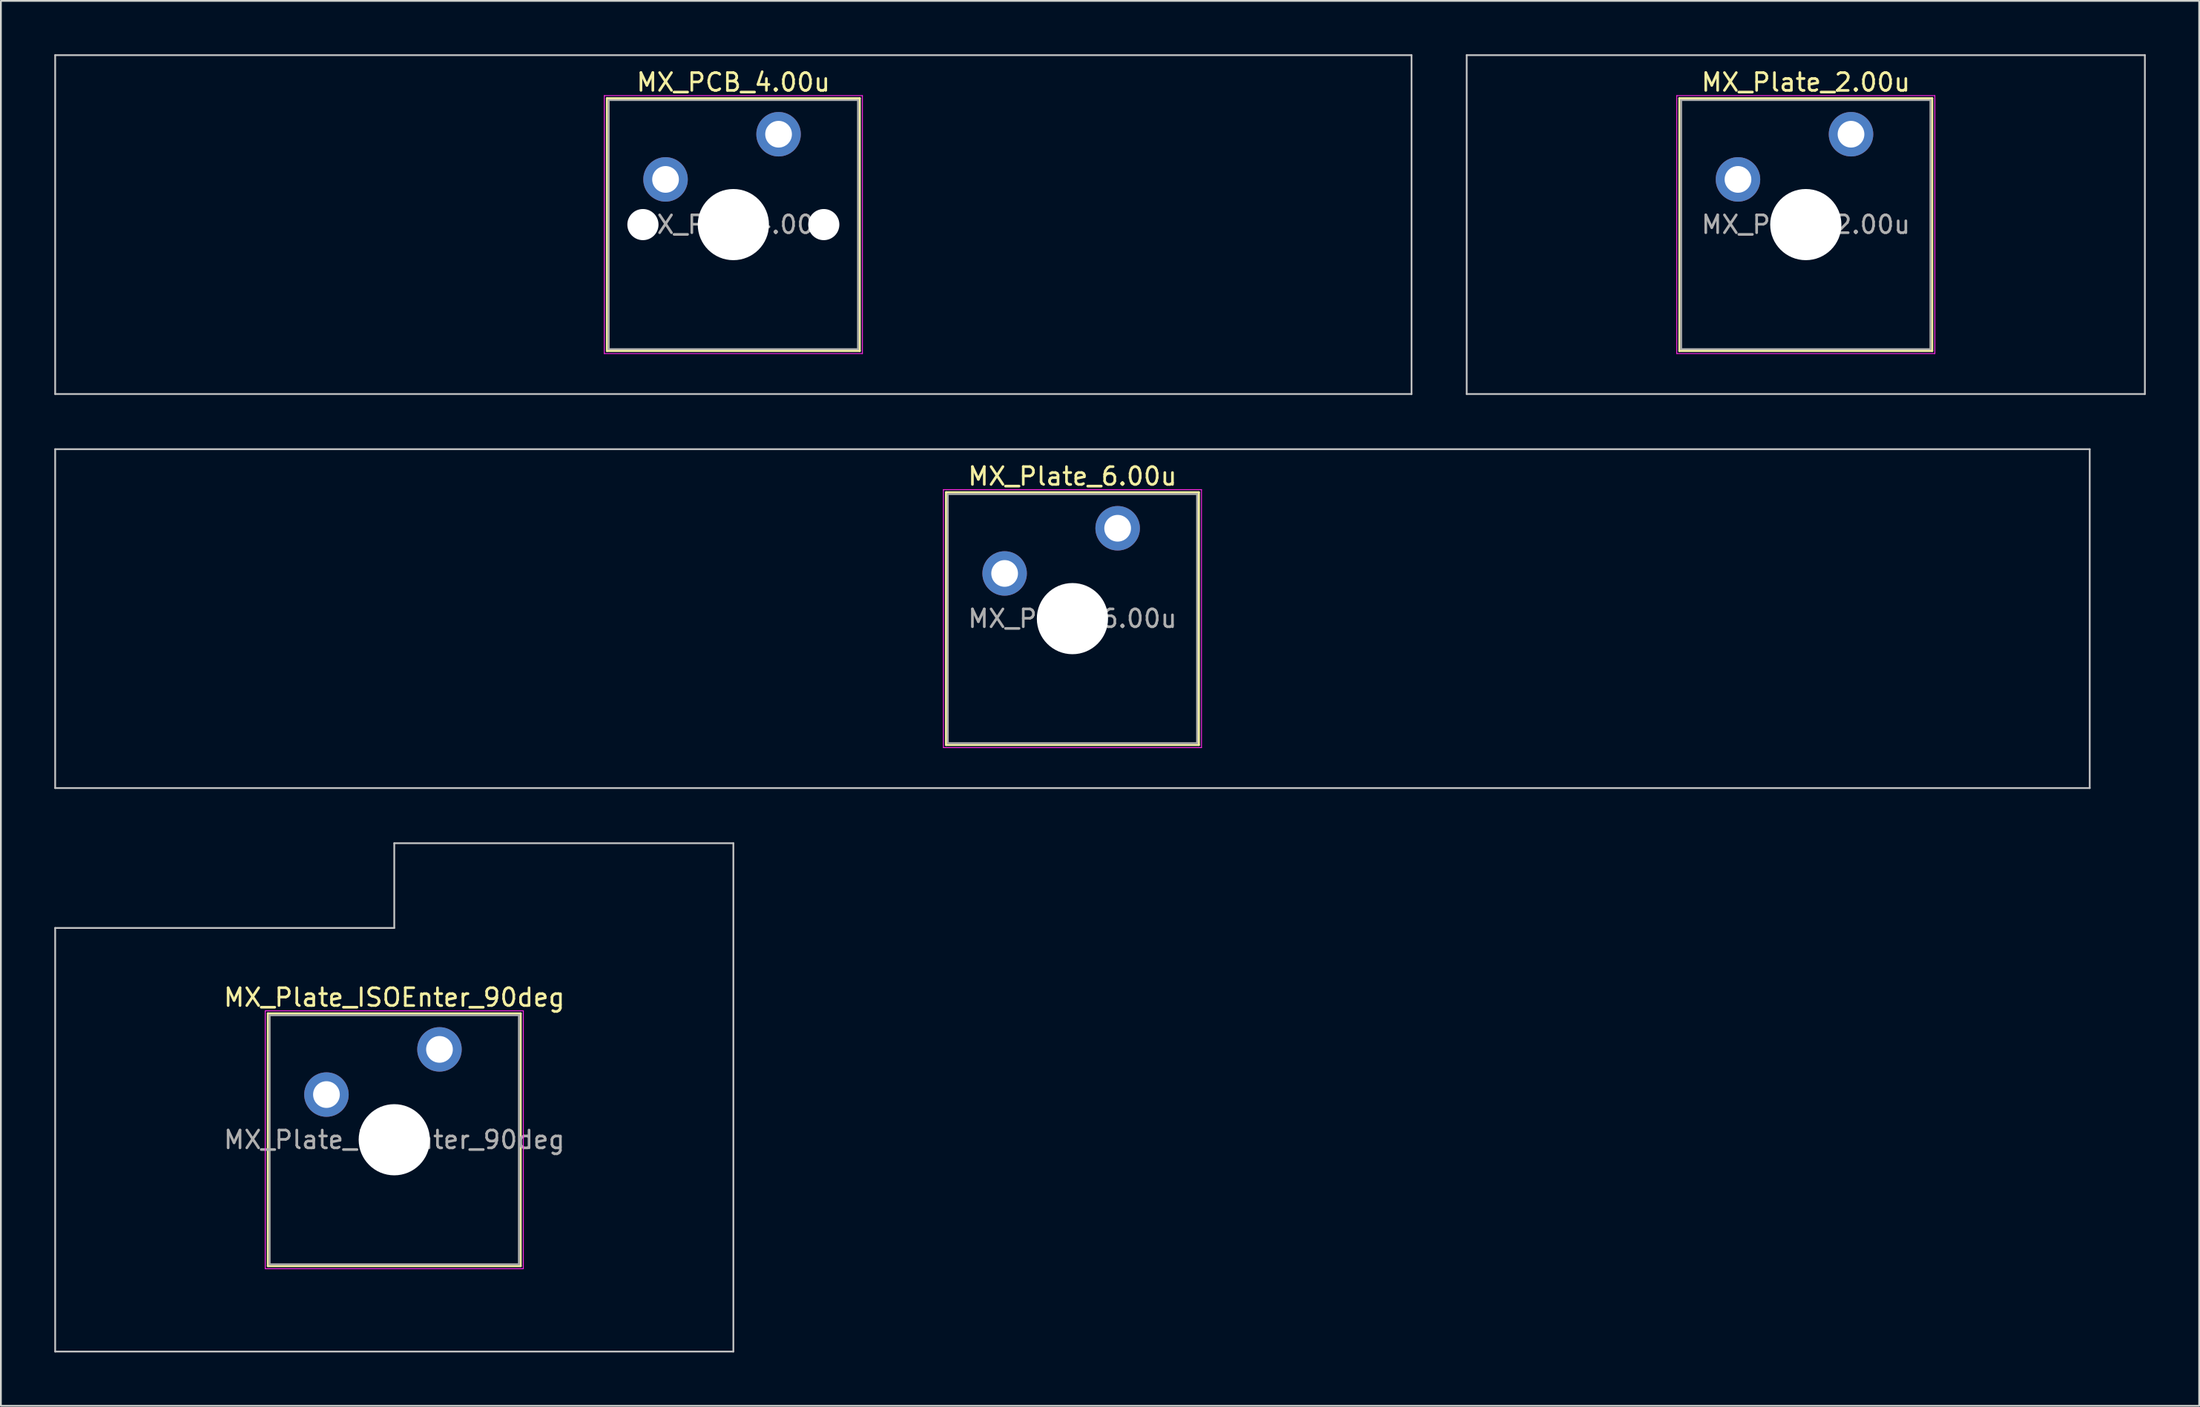
<source format=kicad_pcb>
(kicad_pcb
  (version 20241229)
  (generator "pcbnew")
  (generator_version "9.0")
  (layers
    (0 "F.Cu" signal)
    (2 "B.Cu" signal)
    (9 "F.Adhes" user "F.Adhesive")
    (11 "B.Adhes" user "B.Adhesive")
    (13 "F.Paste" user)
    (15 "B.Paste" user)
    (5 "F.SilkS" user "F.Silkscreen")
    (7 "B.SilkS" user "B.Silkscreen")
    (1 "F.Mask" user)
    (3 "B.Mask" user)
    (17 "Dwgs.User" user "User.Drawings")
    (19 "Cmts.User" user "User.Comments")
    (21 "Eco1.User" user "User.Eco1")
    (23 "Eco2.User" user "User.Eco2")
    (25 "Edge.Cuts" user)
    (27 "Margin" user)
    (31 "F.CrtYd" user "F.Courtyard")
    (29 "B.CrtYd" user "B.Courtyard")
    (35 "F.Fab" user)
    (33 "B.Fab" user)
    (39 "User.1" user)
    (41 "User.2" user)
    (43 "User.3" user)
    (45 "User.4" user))
  (footprint "MX_PCB_4.00u"
    (layer "F.Cu")
    (at 38.15 9.575)
    (property "Reference" "MX_PCB_4.00u" (at 0 -8 0) (layer "F.SilkS") (effects (font (size 1 1) (thickness 0.15))))
    (attr through_hole)
    (fp_line (start -7.1 -7.1) (end -7.1 7.1) (stroke (width 0.12) (type solid)) (layer "F.SilkS"))
    (fp_line (start -7.1 7.1) (end 7.1 7.1) (stroke (width 0.12) (type solid)) (layer "F.SilkS"))
    (fp_line (start 7.1 -7.1) (end -7.1 -7.1) (stroke (width 0.12) (type solid)) (layer "F.SilkS"))
    (fp_line (start 7.1 7.1) (end 7.1 -7.1) (stroke (width 0.12) (type solid)) (layer "F.SilkS"))
    (fp_line (start -38.1 -9.525) (end -38.1 9.525) (stroke (width 0.1) (type solid)) (layer "Dwgs.User"))
    (fp_line (start -38.1 9.525) (end 38.1 9.525) (stroke (width 0.1) (type solid)) (layer "Dwgs.User"))
    (fp_line (start 38.1 -9.525) (end -38.1 -9.525) (stroke (width 0.1) (type solid)) (layer "Dwgs.User"))
    (fp_line (start 38.1 9.525) (end 38.1 -9.525) (stroke (width 0.1) (type solid)) (layer "Dwgs.User"))
    (fp_line (start -7 -7) (end -7 7) (stroke (width 0.1) (type solid)) (layer "Eco1.User"))
    (fp_line (start -7 7) (end 7 7) (stroke (width 0.1) (type solid)) (layer "Eco1.User"))
    (fp_line (start 7 -7) (end -7 -7) (stroke (width 0.1) (type solid)) (layer "Eco1.User"))
    (fp_line (start 7 7) (end 7 -7) (stroke (width 0.1) (type solid)) (layer "Eco1.User"))
    (fp_line (start -7.25 -7.25) (end -7.25 7.25) (stroke (width 0.05) (type solid)) (layer "F.CrtYd"))
    (fp_line (start -7.25 7.25) (end 7.25 7.25) (stroke (width 0.05) (type solid)) (layer "F.CrtYd"))
    (fp_line (start 7.25 -7.25) (end -7.25 -7.25) (stroke (width 0.05) (type solid)) (layer "F.CrtYd"))
    (fp_line (start 7.25 7.25) (end 7.25 -7.25) (stroke (width 0.05) (type solid)) (layer "F.CrtYd"))
    (fp_line (start -7 -7) (end -7 7) (stroke (width 0.1) (type solid)) (layer "F.Fab"))
    (fp_line (start -7 7) (end 7 7) (stroke (width 0.1) (type solid)) (layer "F.Fab"))
    (fp_line (start 7 -7) (end -7 -7) (stroke (width 0.1) (type solid)) (layer "F.Fab"))
    (fp_line (start 7 7) (end 7 -7) (stroke (width 0.1) (type solid)) (layer "F.Fab"))
    (fp_text user "${REFERENCE}" (at 0 0 0) (layer "F.Fab") (effects (font (size 1 1) (thickness 0.15))))
    (pad "" np_thru_hole circle (at -5.08 0) (size 1.75 1.75) (drill 1.75) (layers "*.Cu" "*.Mask"))
    (pad "" np_thru_hole circle (at 0 0) (size 4 4) (drill 4) (layers "*.Cu" "*.Mask"))
    (pad "" np_thru_hole circle (at 5.08 0) (size 1.75 1.75) (drill 1.75) (layers "*.Cu" "*.Mask"))
    (pad "1" thru_hole circle (at -3.81 -2.54) (size 2.5 2.5) (drill 1.5) (layers "*.Cu" "*.Mask"))
    (pad "2" thru_hole circle (at 2.54 -5.08) (size 2.5 2.5) (drill 1.5) (layers "*.Cu" "*.Mask")))
  (footprint "MX_Plate_ISOEnter_90deg"
    (layer "F.Cu")
    (at 19.1 61.019)
    (property "Reference" "MX_Plate_ISOEnter_90deg" (at 0 -8 0) (layer "F.SilkS") (effects (font (size 1 1) (thickness 0.15))))
    (attr through_hole)
    (fp_line (start -7.1 -7.1) (end -7.1 7.1) (stroke (width 0.12) (type solid)) (layer "F.SilkS"))
    (fp_line (start -7.1 7.1) (end 7.1 7.1) (stroke (width 0.12) (type solid)) (layer "F.SilkS"))
    (fp_line (start 7.1 -7.1) (end -7.1 -7.1) (stroke (width 0.12) (type solid)) (layer "F.SilkS"))
    (fp_line (start 7.1 7.1) (end 7.1 -7.1) (stroke (width 0.12) (type solid)) (layer "F.SilkS"))
    (fp_line (start -19.05 -11.906) (end -19.05 11.906) (stroke (width 0.1) (type solid)) (layer "Dwgs.User"))
    (fp_line (start -19.05 11.906) (end 19.05 11.906) (stroke (width 0.1) (type solid)) (layer "Dwgs.User"))
    (fp_line (start 0 -16.669) (end 0 -11.906) (stroke (width 0.1) (type solid)) (layer "Dwgs.User"))
    (fp_line (start 0 -11.906) (end -19.05 -11.906) (stroke (width 0.1) (type solid)) (layer "Dwgs.User"))
    (fp_line (start 19.05 -16.669) (end 0 -16.669) (stroke (width 0.1) (type solid)) (layer "Dwgs.User"))
    (fp_line (start 19.05 11.906) (end 19.05 -16.669) (stroke (width 0.1) (type solid)) (layer "Dwgs.User"))
    (fp_line (start -7 -7) (end -7 7) (stroke (width 0.1) (type solid)) (layer "Eco1.User"))
    (fp_line (start -7 7) (end 7 7) (stroke (width 0.1) (type solid)) (layer "Eco1.User"))
    (fp_line (start 7 -7) (end -7 -7) (stroke (width 0.1) (type solid)) (layer "Eco1.User"))
    (fp_line (start 7 7) (end 7 -7) (stroke (width 0.1) (type solid)) (layer "Eco1.User"))
    (fp_line (start -7.25 -7.25) (end -7.25 7.25) (stroke (width 0.05) (type solid)) (layer "F.CrtYd"))
    (fp_line (start -7.25 7.25) (end 7.25 7.25) (stroke (width 0.05) (type solid)) (layer "F.CrtYd"))
    (fp_line (start 7.25 -7.25) (end -7.25 -7.25) (stroke (width 0.05) (type solid)) (layer "F.CrtYd"))
    (fp_line (start 7.25 7.25) (end 7.25 -7.25) (stroke (width 0.05) (type solid)) (layer "F.CrtYd"))
    (fp_line (start -7 -7) (end -7 7) (stroke (width 0.1) (type solid)) (layer "F.Fab"))
    (fp_line (start -7 7) (end 7 7) (stroke (width 0.1) (type solid)) (layer "F.Fab"))
    (fp_line (start 7 -7) (end -7 -7) (stroke (width 0.1) (type solid)) (layer "F.Fab"))
    (fp_line (start 7 7) (end 7 -7) (stroke (width 0.1) (type solid)) (layer "F.Fab"))
    (fp_text user "${REFERENCE}" (at 0 0 0) (layer "F.Fab") (effects (font (size 1 1) (thickness 0.15))))
    (pad "" np_thru_hole circle (at 0 0) (size 4 4) (drill 4) (layers "*.Cu" "*.Mask"))
    (pad "1" thru_hole circle (at -3.81 -2.54) (size 2.5 2.5) (drill 1.5) (layers "*.Cu" "*.Mask"))
    (pad "2" thru_hole circle (at 2.54 -5.08) (size 2.5 2.5) (drill 1.5) (layers "*.Cu" "*.Mask")))
  (footprint "MX_Plate_6.00u"
    (layer "F.Cu")
    (at 57.2 31.725)
    (property "Reference" "MX_Plate_6.00u" (at 0 -8 0) (layer "F.SilkS") (effects (font (size 1 1) (thickness 0.15))))
    (attr through_hole)
    (fp_line (start -7.1 -7.1) (end -7.1 7.1) (stroke (width 0.12) (type solid)) (layer "F.SilkS"))
    (fp_line (start -7.1 7.1) (end 7.1 7.1) (stroke (width 0.12) (type solid)) (layer "F.SilkS"))
    (fp_line (start 7.1 -7.1) (end -7.1 -7.1) (stroke (width 0.12) (type solid)) (layer "F.SilkS"))
    (fp_line (start 7.1 7.1) (end 7.1 -7.1) (stroke (width 0.12) (type solid)) (layer "F.SilkS"))
    (fp_line (start -57.15 -9.525) (end -57.15 9.525) (stroke (width 0.1) (type solid)) (layer "Dwgs.User"))
    (fp_line (start -57.15 9.525) (end 57.15 9.525) (stroke (width 0.1) (type solid)) (layer "Dwgs.User"))
    (fp_line (start 57.15 -9.525) (end -57.15 -9.525) (stroke (width 0.1) (type solid)) (layer "Dwgs.User"))
    (fp_line (start 57.15 9.525) (end 57.15 -9.525) (stroke (width 0.1) (type solid)) (layer "Dwgs.User"))
    (fp_line (start -7 -7) (end -7 7) (stroke (width 0.1) (type solid)) (layer "Eco1.User"))
    (fp_line (start -7 7) (end 7 7) (stroke (width 0.1) (type solid)) (layer "Eco1.User"))
    (fp_line (start 7 -7) (end -7 -7) (stroke (width 0.1) (type solid)) (layer "Eco1.User"))
    (fp_line (start 7 7) (end 7 -7) (stroke (width 0.1) (type solid)) (layer "Eco1.User"))
    (fp_line (start -7.25 -7.25) (end -7.25 7.25) (stroke (width 0.05) (type solid)) (layer "F.CrtYd"))
    (fp_line (start -7.25 7.25) (end 7.25 7.25) (stroke (width 0.05) (type solid)) (layer "F.CrtYd"))
    (fp_line (start 7.25 -7.25) (end -7.25 -7.25) (stroke (width 0.05) (type solid)) (layer "F.CrtYd"))
    (fp_line (start 7.25 7.25) (end 7.25 -7.25) (stroke (width 0.05) (type solid)) (layer "F.CrtYd"))
    (fp_line (start -7 -7) (end -7 7) (stroke (width 0.1) (type solid)) (layer "F.Fab"))
    (fp_line (start -7 7) (end 7 7) (stroke (width 0.1) (type solid)) (layer "F.Fab"))
    (fp_line (start 7 -7) (end -7 -7) (stroke (width 0.1) (type solid)) (layer "F.Fab"))
    (fp_line (start 7 7) (end 7 -7) (stroke (width 0.1) (type solid)) (layer "F.Fab"))
    (fp_text user "${REFERENCE}" (at 0 0 0) (layer "F.Fab") (effects (font (size 1 1) (thickness 0.15))))
    (pad "" np_thru_hole circle (at 0 0) (size 4 4) (drill 4) (layers "*.Cu" "*.Mask"))
    (pad "1" thru_hole circle (at -3.81 -2.54) (size 2.5 2.5) (drill 1.5) (layers "*.Cu" "*.Mask"))
    (pad "2" thru_hole circle (at 2.54 -5.08) (size 2.5 2.5) (drill 1.5) (layers "*.Cu" "*.Mask")))
  (footprint "MX_Plate_2.00u"
    (layer "F.Cu")
    (at 98.4 9.575)
    (property "Reference" "MX_Plate_2.00u" (at 0 -8 0) (layer "F.SilkS") (effects (font (size 1 1) (thickness 0.15))))
    (attr through_hole)
    (fp_line (start -7.1 -7.1) (end -7.1 7.1) (stroke (width 0.12) (type solid)) (layer "F.SilkS"))
    (fp_line (start -7.1 7.1) (end 7.1 7.1) (stroke (width 0.12) (type solid)) (layer "F.SilkS"))
    (fp_line (start 7.1 -7.1) (end -7.1 -7.1) (stroke (width 0.12) (type solid)) (layer "F.SilkS"))
    (fp_line (start 7.1 7.1) (end 7.1 -7.1) (stroke (width 0.12) (type solid)) (layer "F.SilkS"))
    (fp_line (start -19.05 -9.525) (end -19.05 9.525) (stroke (width 0.1) (type solid)) (layer "Dwgs.User"))
    (fp_line (start -19.05 9.525) (end 19.05 9.525) (stroke (width 0.1) (type solid)) (layer "Dwgs.User"))
    (fp_line (start 19.05 -9.525) (end -19.05 -9.525) (stroke (width 0.1) (type solid)) (layer "Dwgs.User"))
    (fp_line (start 19.05 9.525) (end 19.05 -9.525) (stroke (width 0.1) (type solid)) (layer "Dwgs.User"))
    (fp_line (start -7 -7) (end -7 7) (stroke (width 0.1) (type solid)) (layer "Eco1.User"))
    (fp_line (start -7 7) (end 7 7) (stroke (width 0.1) (type solid)) (layer "Eco1.User"))
    (fp_line (start 7 -7) (end -7 -7) (stroke (width 0.1) (type solid)) (layer "Eco1.User"))
    (fp_line (start 7 7) (end 7 -7) (stroke (width 0.1) (type solid)) (layer "Eco1.User"))
    (fp_line (start -7.25 -7.25) (end -7.25 7.25) (stroke (width 0.05) (type solid)) (layer "F.CrtYd"))
    (fp_line (start -7.25 7.25) (end 7.25 7.25) (stroke (width 0.05) (type solid)) (layer "F.CrtYd"))
    (fp_line (start 7.25 -7.25) (end -7.25 -7.25) (stroke (width 0.05) (type solid)) (layer "F.CrtYd"))
    (fp_line (start 7.25 7.25) (end 7.25 -7.25) (stroke (width 0.05) (type solid)) (layer "F.CrtYd"))
    (fp_line (start -7 -7) (end -7 7) (stroke (width 0.1) (type solid)) (layer "F.Fab"))
    (fp_line (start -7 7) (end 7 7) (stroke (width 0.1) (type solid)) (layer "F.Fab"))
    (fp_line (start 7 -7) (end -7 -7) (stroke (width 0.1) (type solid)) (layer "F.Fab"))
    (fp_line (start 7 7) (end 7 -7) (stroke (width 0.1) (type solid)) (layer "F.Fab"))
    (fp_text user "${REFERENCE}" (at 0 0 0) (layer "F.Fab") (effects (font (size 1 1) (thickness 0.15))))
    (pad "" np_thru_hole circle (at 0 0) (size 4 4) (drill 4) (layers "*.Cu" "*.Mask"))
    (pad "1" thru_hole circle (at -3.81 -2.54) (size 2.5 2.5) (drill 1.5) (layers "*.Cu" "*.Mask"))
    (pad "2" thru_hole circle (at 2.54 -5.08) (size 2.5 2.5) (drill 1.5) (layers "*.Cu" "*.Mask")))
  (gr_rect
    (start -3 -3)
    (end 120.5 75.975)
    (stroke (width 0.1) (type default))
    (fill no)
    (layer "Edge.Cuts")))
</source>
